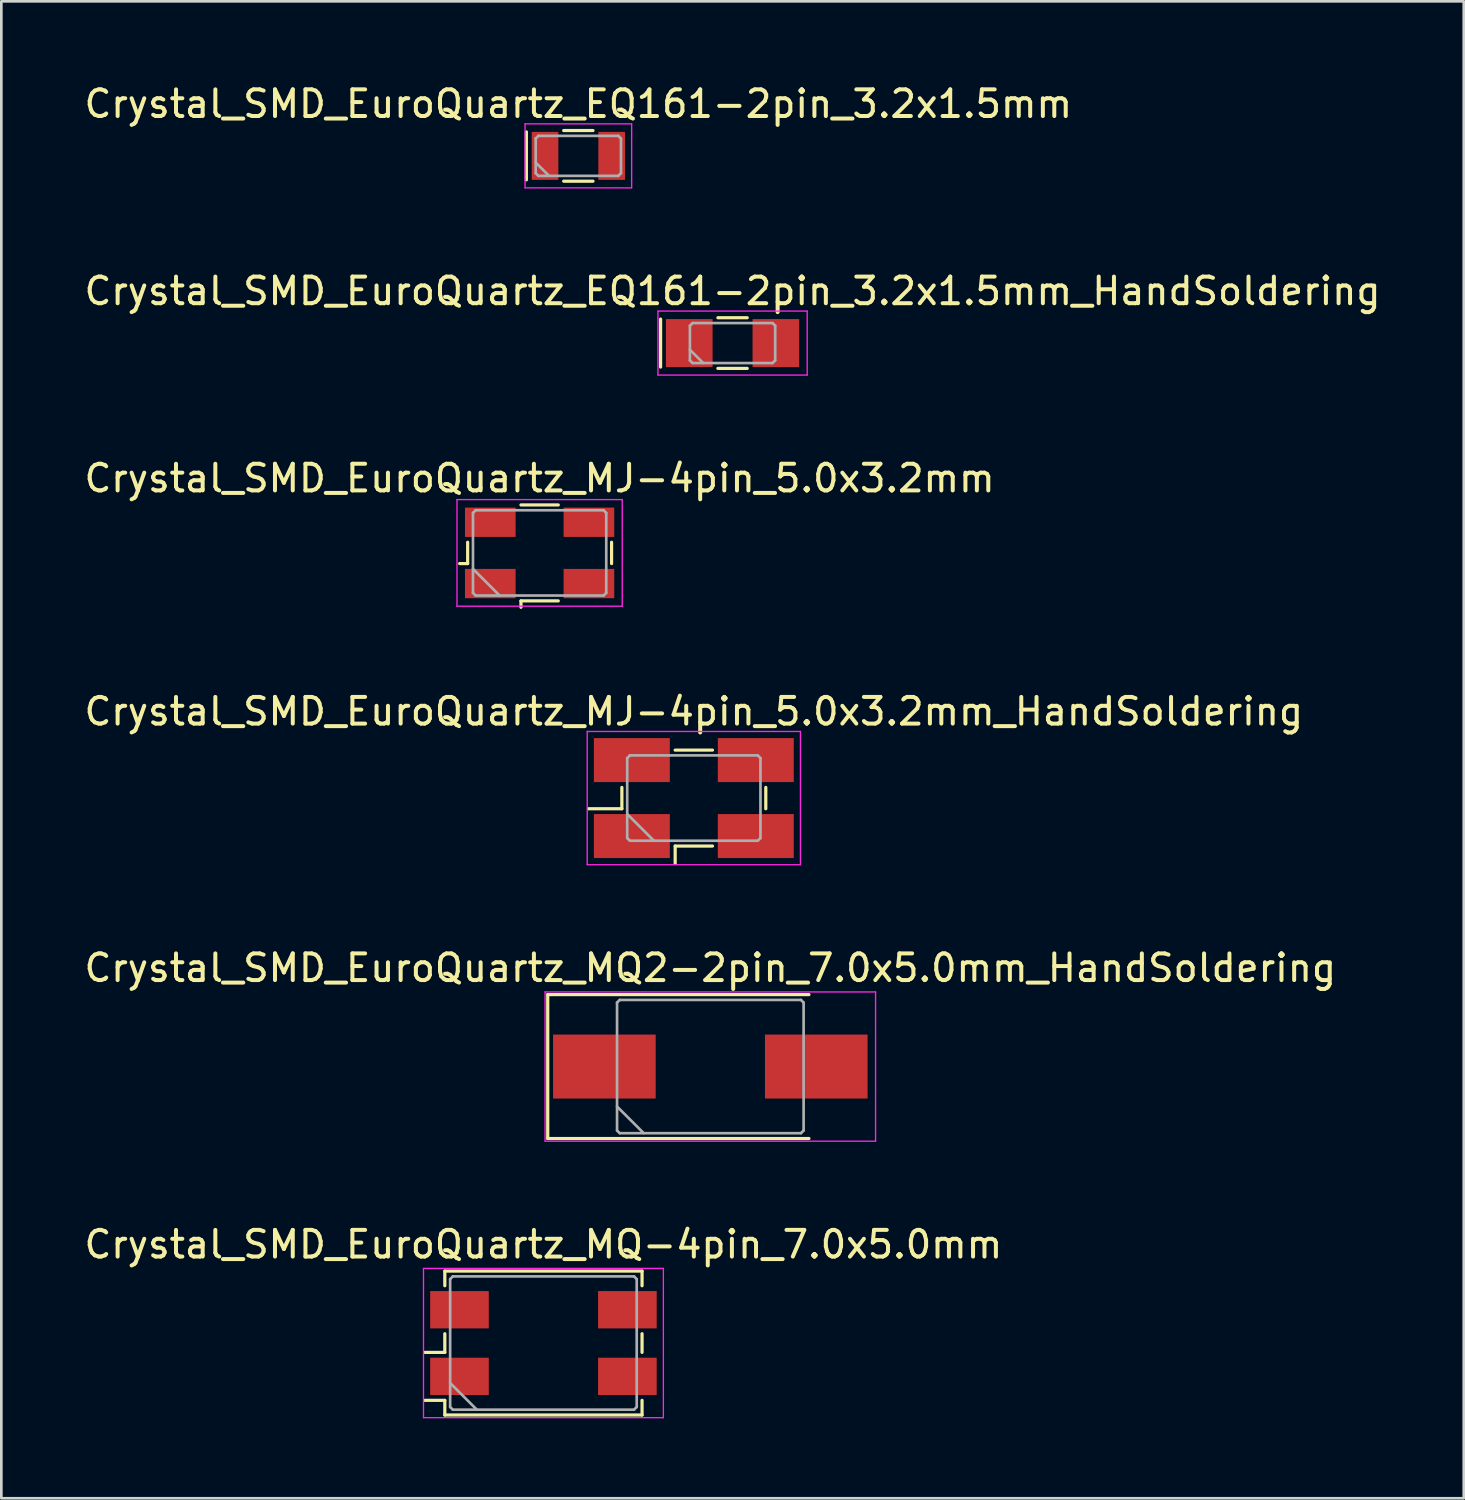
<source format=kicad_pcb>
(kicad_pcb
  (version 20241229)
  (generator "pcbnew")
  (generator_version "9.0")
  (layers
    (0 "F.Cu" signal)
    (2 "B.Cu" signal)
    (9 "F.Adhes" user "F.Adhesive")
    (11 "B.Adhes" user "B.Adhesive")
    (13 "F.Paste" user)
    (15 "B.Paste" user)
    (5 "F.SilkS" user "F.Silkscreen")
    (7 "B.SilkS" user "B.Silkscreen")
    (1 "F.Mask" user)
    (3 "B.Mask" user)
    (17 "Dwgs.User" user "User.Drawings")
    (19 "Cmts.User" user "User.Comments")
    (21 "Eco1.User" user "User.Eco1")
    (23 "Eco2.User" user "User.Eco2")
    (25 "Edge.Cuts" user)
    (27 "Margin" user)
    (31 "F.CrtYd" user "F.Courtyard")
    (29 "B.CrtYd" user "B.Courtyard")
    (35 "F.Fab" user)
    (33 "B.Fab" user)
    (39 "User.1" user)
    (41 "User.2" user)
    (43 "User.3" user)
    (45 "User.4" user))
  (footprint "Crystal_SMD_EuroQuartz_EQ161-2pin_3.2x1.5mm_HandSoldering"
    (layer "F.Cu")
    (at 24.435 9.822)
    (property "Reference" "Crystal_SMD_EuroQuartz_EQ161-2pin_3.2x1.5mm_HandSoldering" (at 0 -1.95 0) (layer "F.SilkS") (effects (font (size 1 1) (thickness 0.15))))
    (attr smd)
    (fp_line (start -2.7 -0.9) (end -2.7 0.9) (stroke (width 0.12) (type solid)) (layer "F.SilkS"))
    (fp_line (start -0.55 -0.95) (end 0.55 -0.95) (stroke (width 0.12) (type solid)) (layer "F.SilkS"))
    (fp_line (start -0.55 0.95) (end 0.55 0.95) (stroke (width 0.12) (type solid)) (layer "F.SilkS"))
    (fp_line (start -2.8 -1.2) (end -2.8 1.2) (stroke (width 0.05) (type solid)) (layer "F.CrtYd"))
    (fp_line (start -2.8 1.2) (end 2.8 1.2) (stroke (width 0.05) (type solid)) (layer "F.CrtYd"))
    (fp_line (start 2.8 -1.2) (end -2.8 -1.2) (stroke (width 0.05) (type solid)) (layer "F.CrtYd"))
    (fp_line (start 2.8 1.2) (end 2.8 -1.2) (stroke (width 0.05) (type solid)) (layer "F.CrtYd"))
    (fp_line (start -1.6 -0.65) (end -1.5 -0.75) (stroke (width 0.1) (type solid)) (layer "F.Fab"))
    (fp_line (start -1.6 0.25) (end -1.1 0.75) (stroke (width 0.1) (type solid)) (layer "F.Fab"))
    (fp_line (start -1.6 0.65) (end -1.6 -0.65) (stroke (width 0.1) (type solid)) (layer "F.Fab"))
    (fp_line (start -1.5 -0.75) (end 1.5 -0.75) (stroke (width 0.1) (type solid)) (layer "F.Fab"))
    (fp_line (start -1.5 0.75) (end -1.6 0.65) (stroke (width 0.1) (type solid)) (layer "F.Fab"))
    (fp_line (start 1.5 -0.75) (end 1.6 -0.65) (stroke (width 0.1) (type solid)) (layer "F.Fab"))
    (fp_line (start 1.5 0.75) (end -1.5 0.75) (stroke (width 0.1) (type solid)) (layer "F.Fab"))
    (fp_line (start 1.6 -0.65) (end 1.6 0.65) (stroke (width 0.1) (type solid)) (layer "F.Fab"))
    (fp_line (start 1.6 0.65) (end 1.5 0.75) (stroke (width 0.1) (type solid)) (layer "F.Fab"))
    (pad "1" smd rect (at -1.625 0) (size 1.75 1.8) (layers "F.Cu" "F.Mask"))
    (pad "2" smd rect (at 1.625 0) (size 1.75 1.8) (layers "F.Cu" "F.Mask")))
  (footprint "Crystal_SMD_EuroQuartz_MJ-4pin_5.0x3.2mm"
    (layer "F.Cu")
    (at 17.196 17.695)
    (property "Reference" "Crystal_SMD_EuroQuartz_MJ-4pin_5.0x3.2mm" (at 0 -2.8 0) (layer "F.SilkS") (effects (font (size 1 1) (thickness 0.15))))
    (attr smd)
    (fp_line (start -3 0.4) (end -2.7 0.4) (stroke (width 0.12) (type solid)) (layer "F.SilkS"))
    (fp_line (start -2.7 0.4) (end -2.7 -0.4) (stroke (width 0.12) (type solid)) (layer "F.SilkS"))
    (fp_line (start -0.7 -1.8) (end 0.7 -1.8) (stroke (width 0.12) (type solid)) (layer "F.SilkS"))
    (fp_line (start -0.7 1.8) (end -0.7 2.04) (stroke (width 0.12) (type solid)) (layer "F.SilkS"))
    (fp_line (start 0.7 1.8) (end -0.7 1.8) (stroke (width 0.12) (type solid)) (layer "F.SilkS"))
    (fp_line (start 2.7 -0.4) (end 2.7 0.4) (stroke (width 0.12) (type solid)) (layer "F.SilkS"))
    (fp_line (start -3.1 -2) (end -3.1 2) (stroke (width 0.05) (type solid)) (layer "F.CrtYd"))
    (fp_line (start -3.1 2) (end 3.1 2) (stroke (width 0.05) (type solid)) (layer "F.CrtYd"))
    (fp_line (start 3.1 -2) (end -3.1 -2) (stroke (width 0.05) (type solid)) (layer "F.CrtYd"))
    (fp_line (start 3.1 2) (end 3.1 -2) (stroke (width 0.05) (type solid)) (layer "F.CrtYd"))
    (fp_line (start -2.5 -1.5) (end -2.4 -1.6) (stroke (width 0.1) (type solid)) (layer "F.Fab"))
    (fp_line (start -2.5 0.6) (end -1.5 1.6) (stroke (width 0.1) (type solid)) (layer "F.Fab"))
    (fp_line (start -2.5 1.5) (end -2.5 -1.5) (stroke (width 0.1) (type solid)) (layer "F.Fab"))
    (fp_line (start -2.4 -1.6) (end 2.4 -1.6) (stroke (width 0.1) (type solid)) (layer "F.Fab"))
    (fp_line (start -2.4 1.6) (end -2.5 1.5) (stroke (width 0.1) (type solid)) (layer "F.Fab"))
    (fp_line (start 2.4 -1.6) (end 2.5 -1.5) (stroke (width 0.1) (type solid)) (layer "F.Fab"))
    (fp_line (start 2.4 1.6) (end -2.4 1.6) (stroke (width 0.1) (type solid)) (layer "F.Fab"))
    (fp_line (start 2.5 -1.5) (end 2.5 1.5) (stroke (width 0.1) (type solid)) (layer "F.Fab"))
    (fp_line (start 2.5 1.5) (end 2.4 1.6) (stroke (width 0.1) (type solid)) (layer "F.Fab"))
    (pad "1" smd rect (at -1.85 1.15) (size 1.9 1.1) (layers "F.Cu" "F.Mask"))
    (pad "2" smd rect (at 1.85 1.15) (size 1.9 1.1) (layers "F.Cu" "F.Mask"))
    (pad "3" smd rect (at 1.85 -1.15) (size 1.9 1.1) (layers "F.Cu" "F.Mask"))
    (pad "4" smd rect (at -1.85 -1.15) (size 1.9 1.1) (layers "F.Cu" "F.Mask")))
  (footprint "Crystal_SMD_EuroQuartz_EQ161-2pin_3.2x1.5mm"
    (layer "F.Cu")
    (at 18.649 2.798)
    (property "Reference" "Crystal_SMD_EuroQuartz_EQ161-2pin_3.2x1.5mm" (at 0 -1.95 0) (layer "F.SilkS") (effects (font (size 1 1) (thickness 0.15))))
    (attr smd)
    (fp_line (start -1.95 -0.9) (end -1.95 0.9) (stroke (width 0.12) (type solid)) (layer "F.SilkS"))
    (fp_line (start -0.55 -0.95) (end 0.55 -0.95) (stroke (width 0.12) (type solid)) (layer "F.SilkS"))
    (fp_line (start -0.55 0.95) (end 0.55 0.95) (stroke (width 0.12) (type solid)) (layer "F.SilkS"))
    (fp_line (start -2 -1.2) (end -2 1.2) (stroke (width 0.05) (type solid)) (layer "F.CrtYd"))
    (fp_line (start -2 1.2) (end 2 1.2) (stroke (width 0.05) (type solid)) (layer "F.CrtYd"))
    (fp_line (start 2 -1.2) (end -2 -1.2) (stroke (width 0.05) (type solid)) (layer "F.CrtYd"))
    (fp_line (start 2 1.2) (end 2 -1.2) (stroke (width 0.05) (type solid)) (layer "F.CrtYd"))
    (fp_line (start -1.6 -0.65) (end -1.5 -0.75) (stroke (width 0.1) (type solid)) (layer "F.Fab"))
    (fp_line (start -1.6 0.25) (end -1.1 0.75) (stroke (width 0.1) (type solid)) (layer "F.Fab"))
    (fp_line (start -1.6 0.65) (end -1.6 -0.65) (stroke (width 0.1) (type solid)) (layer "F.Fab"))
    (fp_line (start -1.5 -0.75) (end 1.5 -0.75) (stroke (width 0.1) (type solid)) (layer "F.Fab"))
    (fp_line (start -1.5 0.75) (end -1.6 0.65) (stroke (width 0.1) (type solid)) (layer "F.Fab"))
    (fp_line (start 1.5 -0.75) (end 1.6 -0.65) (stroke (width 0.1) (type solid)) (layer "F.Fab"))
    (fp_line (start 1.5 0.75) (end -1.5 0.75) (stroke (width 0.1) (type solid)) (layer "F.Fab"))
    (fp_line (start 1.6 -0.65) (end 1.6 0.65) (stroke (width 0.1) (type solid)) (layer "F.Fab"))
    (fp_line (start 1.6 0.65) (end 1.5 0.75) (stroke (width 0.1) (type solid)) (layer "F.Fab"))
    (pad "1" smd rect (at -1.25 0) (size 1 1.8) (layers "F.Cu" "F.Mask"))
    (pad "2" smd rect (at 1.25 0) (size 1 1.8) (layers "F.Cu" "F.Mask")))
  (footprint "Crystal_SMD_EuroQuartz_MJ-4pin_5.0x3.2mm_HandSoldering"
    (layer "F.Cu")
    (at 22.982 26.893)
    (property "Reference" "Crystal_SMD_EuroQuartz_MJ-4pin_5.0x3.2mm_HandSoldering" (at 0 -3.25 0) (layer "F.SilkS") (effects (font (size 1 1) (thickness 0.15))))
    (attr smd)
    (fp_line (start -3.95 0.4) (end -2.7 0.4) (stroke (width 0.12) (type solid)) (layer "F.SilkS"))
    (fp_line (start -2.7 0.4) (end -2.7 -0.4) (stroke (width 0.12) (type solid)) (layer "F.SilkS"))
    (fp_line (start -0.7 -1.8) (end 0.7 -1.8) (stroke (width 0.12) (type solid)) (layer "F.SilkS"))
    (fp_line (start -0.7 1.8) (end -0.7 2.45) (stroke (width 0.12) (type solid)) (layer "F.SilkS"))
    (fp_line (start 0.7 1.8) (end -0.7 1.8) (stroke (width 0.12) (type solid)) (layer "F.SilkS"))
    (fp_line (start 2.7 -0.4) (end 2.7 0.4) (stroke (width 0.12) (type solid)) (layer "F.SilkS"))
    (fp_line (start -4 -2.5) (end -4 2.5) (stroke (width 0.05) (type solid)) (layer "F.CrtYd"))
    (fp_line (start -4 2.5) (end 4 2.5) (stroke (width 0.05) (type solid)) (layer "F.CrtYd"))
    (fp_line (start 4 -2.5) (end -4 -2.5) (stroke (width 0.05) (type solid)) (layer "F.CrtYd"))
    (fp_line (start 4 2.5) (end 4 -2.5) (stroke (width 0.05) (type solid)) (layer "F.CrtYd"))
    (fp_line (start -2.5 -1.5) (end -2.4 -1.6) (stroke (width 0.1) (type solid)) (layer "F.Fab"))
    (fp_line (start -2.5 0.6) (end -1.5 1.6) (stroke (width 0.1) (type solid)) (layer "F.Fab"))
    (fp_line (start -2.5 1.5) (end -2.5 -1.5) (stroke (width 0.1) (type solid)) (layer "F.Fab"))
    (fp_line (start -2.4 -1.6) (end 2.4 -1.6) (stroke (width 0.1) (type solid)) (layer "F.Fab"))
    (fp_line (start -2.4 1.6) (end -2.5 1.5) (stroke (width 0.1) (type solid)) (layer "F.Fab"))
    (fp_line (start 2.4 -1.6) (end 2.5 -1.5) (stroke (width 0.1) (type solid)) (layer "F.Fab"))
    (fp_line (start 2.4 1.6) (end -2.4 1.6) (stroke (width 0.1) (type solid)) (layer "F.Fab"))
    (fp_line (start 2.5 -1.5) (end 2.5 1.5) (stroke (width 0.1) (type solid)) (layer "F.Fab"))
    (fp_line (start 2.5 1.5) (end 2.4 1.6) (stroke (width 0.1) (type solid)) (layer "F.Fab"))
    (pad "1" smd rect (at -2.325 1.425) (size 2.85 1.65) (layers "F.Cu" "F.Mask"))
    (pad "2" smd rect (at 2.325 1.425) (size 2.85 1.65) (layers "F.Cu" "F.Mask"))
    (pad "3" smd rect (at 2.325 -1.425) (size 2.85 1.65) (layers "F.Cu" "F.Mask"))
    (pad "4" smd rect (at -2.325 -1.425) (size 2.85 1.65) (layers "F.Cu" "F.Mask")))
  (footprint "Crystal_SMD_EuroQuartz_MQ-4pin_7.0x5.0mm"
    (layer "F.Cu")
    (at 17.339 47.34)
    (property "Reference" "Crystal_SMD_EuroQuartz_MQ-4pin_7.0x5.0mm" (at 0 -3.7 0) (layer "F.SilkS") (effects (font (size 1 1) (thickness 0.15))))
    (attr smd)
    (fp_line (start -4.45 0.35) (end -3.7 0.35) (stroke (width 0.12) (type solid)) (layer "F.SilkS"))
    (fp_line (start -4.45 2.15) (end -3.7 2.15) (stroke (width 0.12) (type solid)) (layer "F.SilkS"))
    (fp_line (start -3.7 -2.7) (end 3.7 -2.7) (stroke (width 0.12) (type solid)) (layer "F.SilkS"))
    (fp_line (start -3.7 -2.15) (end -3.7 -2.7) (stroke (width 0.12) (type solid)) (layer "F.SilkS"))
    (fp_line (start -3.7 0.35) (end -3.7 -0.35) (stroke (width 0.12) (type solid)) (layer "F.SilkS"))
    (fp_line (start -3.7 2.15) (end -3.7 2.7) (stroke (width 0.12) (type solid)) (layer "F.SilkS"))
    (fp_line (start -3.7 2.7) (end 3.7 2.7) (stroke (width 0.12) (type solid)) (layer "F.SilkS"))
    (fp_line (start 3.7 -2.7) (end 3.7 -2.15) (stroke (width 0.12) (type solid)) (layer "F.SilkS"))
    (fp_line (start 3.7 -0.35) (end 3.7 0.35) (stroke (width 0.12) (type solid)) (layer "F.SilkS"))
    (fp_line (start 3.7 2.7) (end 3.7 2.15) (stroke (width 0.12) (type solid)) (layer "F.SilkS"))
    (fp_line (start -4.5 -2.8) (end -4.5 2.8) (stroke (width 0.05) (type solid)) (layer "F.CrtYd"))
    (fp_line (start -4.5 2.8) (end 4.5 2.8) (stroke (width 0.05) (type solid)) (layer "F.CrtYd"))
    (fp_line (start 4.5 -2.8) (end -4.5 -2.8) (stroke (width 0.05) (type solid)) (layer "F.CrtYd"))
    (fp_line (start 4.5 2.8) (end 4.5 -2.8) (stroke (width 0.05) (type solid)) (layer "F.CrtYd"))
    (fp_line (start -3.5 -2.4) (end -3.4 -2.5) (stroke (width 0.1) (type solid)) (layer "F.Fab"))
    (fp_line (start -3.5 1.5) (end -2.5 2.5) (stroke (width 0.1) (type solid)) (layer "F.Fab"))
    (fp_line (start -3.5 2.4) (end -3.5 -2.4) (stroke (width 0.1) (type solid)) (layer "F.Fab"))
    (fp_line (start -3.4 -2.5) (end 3.4 -2.5) (stroke (width 0.1) (type solid)) (layer "F.Fab"))
    (fp_line (start -3.4 2.5) (end -3.5 2.4) (stroke (width 0.1) (type solid)) (layer "F.Fab"))
    (fp_line (start 3.4 -2.5) (end 3.5 -2.4) (stroke (width 0.1) (type solid)) (layer "F.Fab"))
    (fp_line (start 3.4 2.5) (end -3.4 2.5) (stroke (width 0.1) (type solid)) (layer "F.Fab"))
    (fp_line (start 3.5 -2.4) (end 3.5 2.4) (stroke (width 0.1) (type solid)) (layer "F.Fab"))
    (fp_line (start 3.5 2.4) (end 3.4 2.5) (stroke (width 0.1) (type solid)) (layer "F.Fab"))
    (pad "1" smd rect (at -3.15 1.25) (size 2.2 1.4) (layers "F.Cu" "F.Mask"))
    (pad "2" smd rect (at 3.15 1.25) (size 2.2 1.4) (layers "F.Cu" "F.Mask"))
    (pad "3" smd rect (at 3.15 -1.25) (size 2.2 1.4) (layers "F.Cu" "F.Mask"))
    (pad "4" smd rect (at -3.15 -1.25) (size 2.2 1.4) (layers "F.Cu" "F.Mask")))
  (footprint "Crystal_SMD_EuroQuartz_MQ2-2pin_7.0x5.0mm_HandSoldering"
    (layer "F.Cu")
    (at 23.601 36.966)
    (property "Reference" "Crystal_SMD_EuroQuartz_MQ2-2pin_7.0x5.0mm_HandSoldering" (at 0 -3.7 0) (layer "F.SilkS") (effects (font (size 1 1) (thickness 0.15))))
    (attr smd)
    (fp_line (start -6.1 -2.7) (end -6.1 2.7) (stroke (width 0.12) (type solid)) (layer "F.SilkS"))
    (fp_line (start -6.1 2.7) (end 3.7 2.7) (stroke (width 0.12) (type solid)) (layer "F.SilkS"))
    (fp_line (start 3.7 -2.7) (end -6.1 -2.7) (stroke (width 0.12) (type solid)) (layer "F.SilkS"))
    (fp_line (start -6.2 -2.8) (end -6.2 2.8) (stroke (width 0.05) (type solid)) (layer "F.CrtYd"))
    (fp_line (start -6.2 2.8) (end 6.2 2.8) (stroke (width 0.05) (type solid)) (layer "F.CrtYd"))
    (fp_line (start 6.2 -2.8) (end -6.2 -2.8) (stroke (width 0.05) (type solid)) (layer "F.CrtYd"))
    (fp_line (start 6.2 2.8) (end 6.2 -2.8) (stroke (width 0.05) (type solid)) (layer "F.CrtYd"))
    (fp_line (start -3.5 -2.4) (end -3.4 -2.5) (stroke (width 0.1) (type solid)) (layer "F.Fab"))
    (fp_line (start -3.5 1.5) (end -2.5 2.5) (stroke (width 0.1) (type solid)) (layer "F.Fab"))
    (fp_line (start -3.5 2.4) (end -3.5 -2.4) (stroke (width 0.1) (type solid)) (layer "F.Fab"))
    (fp_line (start -3.4 -2.5) (end 3.4 -2.5) (stroke (width 0.1) (type solid)) (layer "F.Fab"))
    (fp_line (start -3.4 2.5) (end -3.5 2.4) (stroke (width 0.1) (type solid)) (layer "F.Fab"))
    (fp_line (start 3.4 -2.5) (end 3.5 -2.4) (stroke (width 0.1) (type solid)) (layer "F.Fab"))
    (fp_line (start 3.4 2.5) (end -3.4 2.5) (stroke (width 0.1) (type solid)) (layer "F.Fab"))
    (fp_line (start 3.5 -2.4) (end 3.5 2.4) (stroke (width 0.1) (type solid)) (layer "F.Fab"))
    (fp_line (start 3.5 2.4) (end 3.4 2.5) (stroke (width 0.1) (type solid)) (layer "F.Fab"))
    (pad "1" smd rect (at -3.975 0) (size 3.85 2.4) (layers "F.Cu" "F.Mask"))
    (pad "2" smd rect (at 3.975 0) (size 3.85 2.4) (layers "F.Cu" "F.Mask")))
  (gr_rect
    (start -3 -3)
    (end 51.869 53.164)
    (stroke (width 0.1) (type default))
    (fill no)
    (layer "Edge.Cuts")))
</source>
